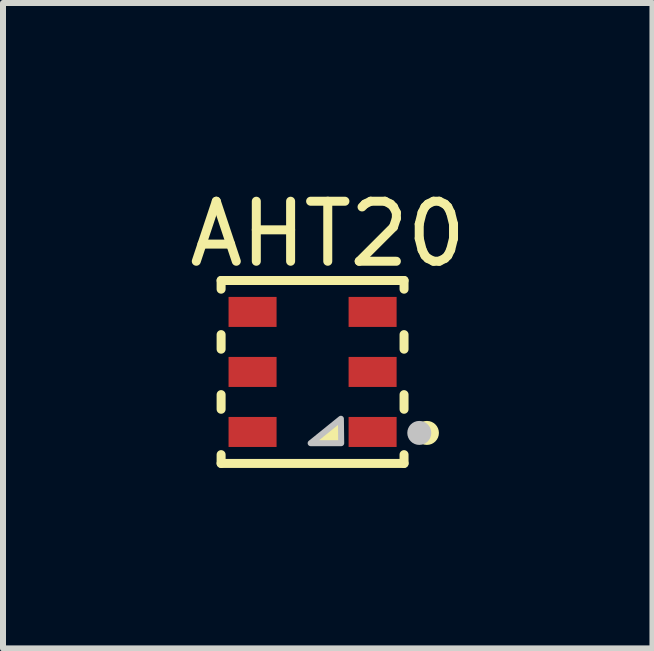
<source format=kicad_pcb>
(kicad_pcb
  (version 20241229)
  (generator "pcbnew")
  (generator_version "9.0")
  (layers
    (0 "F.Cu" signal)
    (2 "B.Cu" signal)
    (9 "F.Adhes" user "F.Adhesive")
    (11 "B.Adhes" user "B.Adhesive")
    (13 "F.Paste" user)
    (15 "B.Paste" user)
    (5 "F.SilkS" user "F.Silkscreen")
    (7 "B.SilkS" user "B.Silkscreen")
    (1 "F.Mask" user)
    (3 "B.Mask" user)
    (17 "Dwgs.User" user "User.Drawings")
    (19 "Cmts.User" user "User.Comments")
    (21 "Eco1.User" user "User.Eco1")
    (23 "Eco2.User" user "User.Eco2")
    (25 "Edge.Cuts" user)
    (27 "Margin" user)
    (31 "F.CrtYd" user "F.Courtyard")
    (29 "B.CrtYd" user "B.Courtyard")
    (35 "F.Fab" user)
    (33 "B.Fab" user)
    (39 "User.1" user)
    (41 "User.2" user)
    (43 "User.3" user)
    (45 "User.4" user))
  (footprint "AHT20"
    (layer "F.Cu")
    (at 2.158 3.147)
    (property "Reference" "AHT20" (at 0.253 -2.299 0) (layer "F.SilkS") (effects (font (size 1 1) (thickness 0.15))))
    (fp_line (start -1.524 -1.524) (end -1.524 -1.379) (stroke (width 0.15) (type default)) (layer "F.SilkS"))
    (fp_line (start -1.524 -0.622) (end -1.524 -0.379) (stroke (width 0.15) (type default)) (layer "F.SilkS"))
    (fp_line (start -1.524 0.378) (end -1.524 0.622) (stroke (width 0.15) (type default)) (layer "F.SilkS"))
    (fp_line (start -1.524 1.378) (end -1.524 1.524) (stroke (width 0.15) (type default)) (layer "F.SilkS"))
    (fp_line (start -1.524 1.524) (end 1.524 1.524) (stroke (width 0.15) (type default)) (layer "F.SilkS"))
    (fp_line (start 1.524 -1.524) (end -1.524 -1.524) (stroke (width 0.15) (type default)) (layer "F.SilkS"))
    (fp_line (start 1.524 -1.379) (end 1.524 -1.524) (stroke (width 0.15) (type default)) (layer "F.SilkS"))
    (fp_line (start 1.524 -0.379) (end 1.524 -0.622) (stroke (width 0.15) (type default)) (layer "F.SilkS"))
    (fp_line (start 1.524 0.622) (end 1.524 0.378) (stroke (width 0.15) (type default)) (layer "F.SilkS"))
    (fp_line (start 1.524 1.524) (end 1.524 1.378) (stroke (width 0.15) (type default)) (layer "F.SilkS"))
    (fp_circle (center 1.905 1.016) (end 2.005 1.016) (stroke (width 0.2) (type default)) (fill no) (layer "F.SilkS"))
    (fp_poly (pts (xy -0.028 1.186) (xy 0.48 1.187) (xy 0.475 0.78)) (stroke (width 0) (type default)) (fill yes) (layer "F.SilkS"))
    (fp_circle (center 1.778 1.016) (end 1.878 1.016) (stroke (width 0.2) (type default)) (fill no) (layer "Dwgs.User"))
    (fp_poly (pts (xy -0.032 1.187) (xy 0.477 1.187) (xy 0.472 0.78)) (stroke (width 0.1) (type default)) (fill no) (layer "Dwgs.User"))
    (fp_poly (pts (xy -0.725 -0.8) (xy -1.275 -0.8) (xy -1.275 -1.2) (xy -0.725 -1.2)) (stroke (width 0.1) (type default)) (fill no) (layer "User.1"))
    (fp_poly (pts (xy -0.725 0.2) (xy -1.275 0.2) (xy -1.275 -0.2) (xy -0.725 -0.2)) (stroke (width 0.1) (type default)) (fill no) (layer "User.1"))
    (fp_poly (pts (xy -0.725 1.2) (xy -1.275 1.2) (xy -1.275 0.8) (xy -0.725 0.8)) (stroke (width 0.1) (type default)) (fill no) (layer "User.1"))
    (fp_poly (pts (xy 1.275 -0.8) (xy 0.725 -0.8) (xy 0.725 -1.2) (xy 1.275 -1.2)) (stroke (width 0.1) (type default)) (fill no) (layer "User.1"))
    (fp_poly (pts (xy 1.275 0.2) (xy 0.725 0.2) (xy 0.725 -0.2) (xy 1.275 -0.2)) (stroke (width 0.1) (type default)) (fill no) (layer "User.1"))
    (fp_poly (pts (xy 1.275 1.2) (xy 0.725 1.2) (xy 0.725 0.8) (xy 1.275 0.8)) (stroke (width 0.1) (type default)) (fill no) (layer "User.1"))
    (fp_line (start -1.5 -1.5) (end 1.5 -1.5) (stroke (width 0.051) (type default)) (layer "User.2"))
    (fp_line (start -1.5 1.5) (end -1.5 -1.5) (stroke (width 0.051) (type default)) (layer "User.2"))
    (fp_line (start 1.5 -1.5) (end 1.5 1.5) (stroke (width 0.051) (type default)) (layer "User.2"))
    (fp_line (start 1.5 1.5) (end -1.5 1.5) (stroke (width 0.051) (type default)) (layer "User.2"))
    (fp_poly (pts (xy 1.555 1.477) (xy 1.523 1.445) (xy 1.477 1.445) (xy 1.445 1.477) (xy 1.445 1.523) (xy 1.477 1.555) (xy 1.523 1.555) (xy 1.555 1.523)) (stroke (width 0.1) (type default)) (fill no) (layer "User.3"))
    (pad "1" smd rect (at 1 1 180) (size 0.8 0.5) (layers "F.Cu" "F.Mask" "F.Paste"))
    (pad "2" smd rect (at 1 0 180) (size 0.8 0.5) (layers "F.Cu" "F.Mask" "F.Paste"))
    (pad "3" smd rect (at 1 -1 180) (size 0.8 0.5) (layers "F.Cu" "F.Mask" "F.Paste"))
    (pad "4" smd rect (at -1 -1 180) (size 0.8 0.5) (layers "F.Cu" "F.Mask" "F.Paste"))
    (pad "5" smd rect (at -1 0 180) (size 0.8 0.5) (layers "F.Cu" "F.Mask" "F.Paste"))
    (pad "6" smd rect (at -1 1 180) (size 0.8 0.5) (layers "F.Cu" "F.Mask" "F.Paste")))
  (gr_rect
    (start -3 -3)
    (end 7.821 7.753)
    (stroke (width 0.1) (type default))
    (fill no)
    (layer "Edge.Cuts")))
</source>
